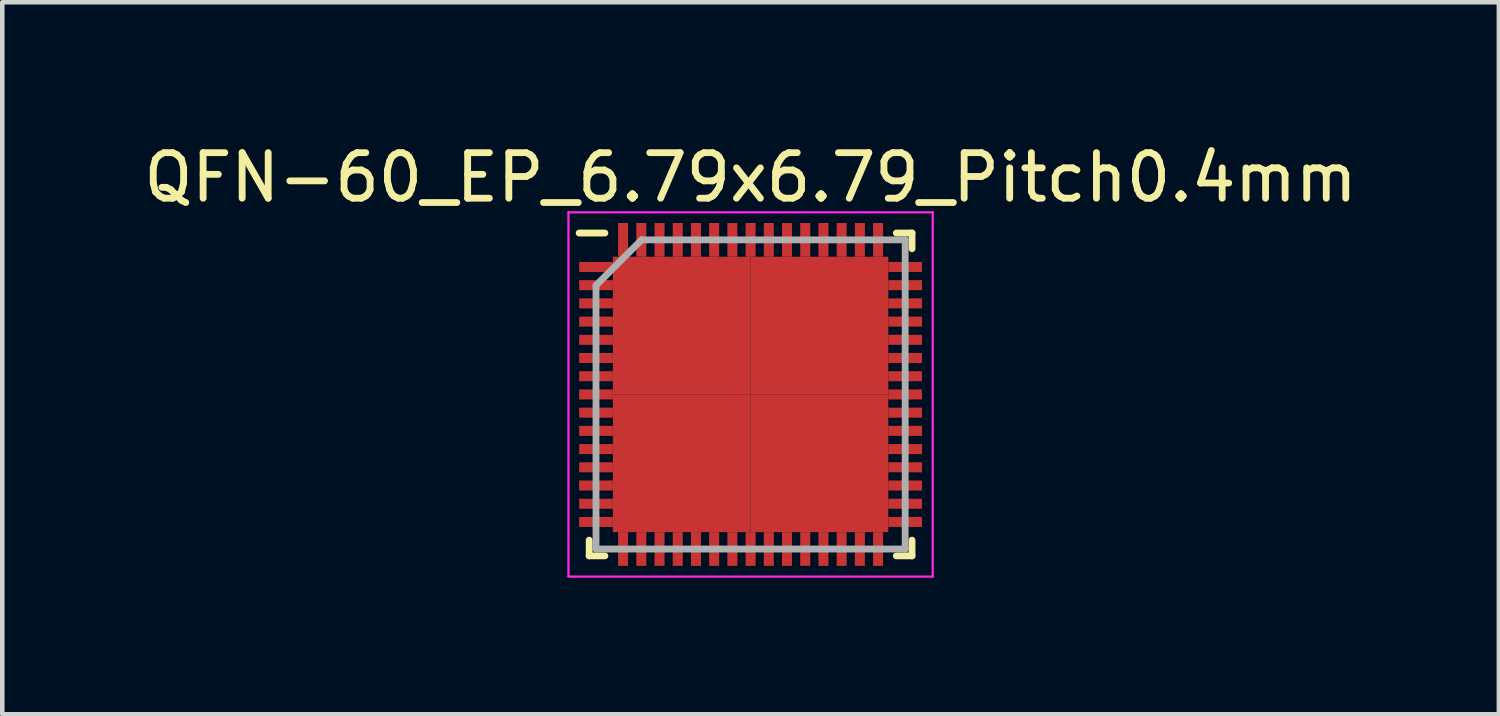
<source format=kicad_pcb>
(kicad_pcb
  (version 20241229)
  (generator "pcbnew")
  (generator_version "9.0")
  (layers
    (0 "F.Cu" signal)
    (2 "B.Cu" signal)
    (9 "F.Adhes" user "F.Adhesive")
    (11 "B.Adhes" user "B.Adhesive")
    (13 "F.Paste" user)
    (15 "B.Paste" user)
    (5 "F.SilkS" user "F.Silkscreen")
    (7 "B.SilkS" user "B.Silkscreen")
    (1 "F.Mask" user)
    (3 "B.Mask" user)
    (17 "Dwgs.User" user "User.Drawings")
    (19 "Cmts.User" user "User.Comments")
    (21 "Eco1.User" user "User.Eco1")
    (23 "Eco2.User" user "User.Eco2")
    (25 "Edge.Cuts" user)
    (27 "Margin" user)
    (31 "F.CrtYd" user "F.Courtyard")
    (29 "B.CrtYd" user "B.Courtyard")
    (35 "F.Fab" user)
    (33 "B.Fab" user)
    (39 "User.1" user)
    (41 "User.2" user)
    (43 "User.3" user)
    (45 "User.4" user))
  (footprint "QFN-60_EP_6.79x6.79_Pitch0.4mm"
    (layer "F.Cu")
    (at 13.435 5.613)
    (property "Reference" "QFN-60_EP_6.79x6.79_Pitch0.4mm" (at 0 -4.765 0) (layer "F.SilkS") (effects (font (size 1 1) (thickness 0.15))))
    (attr smd)
    (fp_line (start -3.545 3.545) (end -3.545 3.2) (stroke (width 0.15) (type solid)) (layer "F.SilkS"))
    (fp_line (start -3.2 -3.545) (end -3.765 -3.545) (stroke (width 0.15) (type solid)) (layer "F.SilkS"))
    (fp_line (start -3.2 3.545) (end -3.545 3.545) (stroke (width 0.15) (type solid)) (layer "F.SilkS"))
    (fp_line (start 3.2 -3.545) (end 3.545 -3.545) (stroke (width 0.15) (type solid)) (layer "F.SilkS"))
    (fp_line (start 3.2 3.545) (end 3.545 3.545) (stroke (width 0.15) (type solid)) (layer "F.SilkS"))
    (fp_line (start 3.545 -3.545) (end 3.545 -3.2) (stroke (width 0.15) (type solid)) (layer "F.SilkS"))
    (fp_line (start 3.545 3.545) (end 3.545 3.2) (stroke (width 0.15) (type solid)) (layer "F.SilkS"))
    (fp_line (start -4 -4) (end 4 -4) (stroke (width 0.05) (type solid)) (layer "F.CrtYd"))
    (fp_line (start -4 4) (end -4 -4) (stroke (width 0.05) (type solid)) (layer "F.CrtYd"))
    (fp_line (start 4 -4) (end 4 4) (stroke (width 0.05) (type solid)) (layer "F.CrtYd"))
    (fp_line (start 4 4) (end -4 4) (stroke (width 0.05) (type solid)) (layer "F.CrtYd"))
    (fp_line (start -3.395 -2.395) (end -3.395 3.395) (stroke (width 0.15) (type solid)) (layer "F.Fab"))
    (fp_line (start -3.395 3.395) (end 3.395 3.395) (stroke (width 0.15) (type solid)) (layer "F.Fab"))
    (fp_line (start -2.395 -3.395) (end -3.395 -2.395) (stroke (width 0.15) (type solid)) (layer "F.Fab"))
    (fp_line (start 3.395 -3.395) (end -2.395 -3.395) (stroke (width 0.15) (type solid)) (layer "F.Fab"))
    (fp_line (start 3.395 3.395) (end 3.395 -3.395) (stroke (width 0.15) (type solid)) (layer "F.Fab"))
    (pad "1" smd rect (at -3.395 -2.8 90) (size 0.22 0.74) (layers "F.Cu" "F.Mask" "F.Paste"))
    (pad "2" smd rect (at -3.395 -2.4 90) (size 0.22 0.74) (layers "F.Cu" "F.Mask" "F.Paste"))
    (pad "3" smd rect (at -3.395 -2 90) (size 0.22 0.74) (layers "F.Cu" "F.Mask" "F.Paste"))
    (pad "4" smd rect (at -3.395 -1.6 90) (size 0.22 0.74) (layers "F.Cu" "F.Mask" "F.Paste"))
    (pad "5" smd rect (at -3.395 -1.2 90) (size 0.22 0.74) (layers "F.Cu" "F.Mask" "F.Paste"))
    (pad "6" smd rect (at -3.395 -0.8 90) (size 0.22 0.74) (layers "F.Cu" "F.Mask" "F.Paste"))
    (pad "7" smd rect (at -3.395 -0.4 90) (size 0.22 0.74) (layers "F.Cu" "F.Mask" "F.Paste"))
    (pad "8" smd rect (at -3.395 0 90) (size 0.22 0.74) (layers "F.Cu" "F.Mask" "F.Paste"))
    (pad "9" smd rect (at -3.395 0.4 90) (size 0.22 0.74) (layers "F.Cu" "F.Mask" "F.Paste"))
    (pad "10" smd rect (at -3.395 0.8 90) (size 0.22 0.74) (layers "F.Cu" "F.Mask" "F.Paste"))
    (pad "11" smd rect (at -3.395 1.2 90) (size 0.22 0.74) (layers "F.Cu" "F.Mask" "F.Paste"))
    (pad "12" smd rect (at -3.395 1.6 90) (size 0.22 0.74) (layers "F.Cu" "F.Mask" "F.Paste"))
    (pad "13" smd rect (at -3.395 2 90) (size 0.22 0.74) (layers "F.Cu" "F.Mask" "F.Paste"))
    (pad "14" smd rect (at -3.395 2.4 90) (size 0.22 0.74) (layers "F.Cu" "F.Mask" "F.Paste"))
    (pad "15" smd rect (at -3.395 2.8 90) (size 0.22 0.74) (layers "F.Cu" "F.Mask" "F.Paste"))
    (pad "16" smd rect (at -2.8 3.395) (size 0.22 0.74) (layers "F.Cu" "F.Mask" "F.Paste"))
    (pad "17" smd rect (at -2.4 3.395) (size 0.22 0.74) (layers "F.Cu" "F.Mask" "F.Paste"))
    (pad "18" smd rect (at -2 3.395) (size 0.22 0.74) (layers "F.Cu" "F.Mask" "F.Paste"))
    (pad "19" smd rect (at -1.6 3.395) (size 0.22 0.74) (layers "F.Cu" "F.Mask" "F.Paste"))
    (pad "20" smd rect (at -1.2 3.395) (size 0.22 0.74) (layers "F.Cu" "F.Mask" "F.Paste"))
    (pad "21" smd rect (at -0.8 3.395) (size 0.22 0.74) (layers "F.Cu" "F.Mask" "F.Paste"))
    (pad "22" smd rect (at -0.4 3.395) (size 0.22 0.74) (layers "F.Cu" "F.Mask" "F.Paste"))
    (pad "23" smd rect (at 0 3.395) (size 0.22 0.74) (layers "F.Cu" "F.Mask" "F.Paste"))
    (pad "24" smd rect (at 0.4 3.395) (size 0.22 0.74) (layers "F.Cu" "F.Mask" "F.Paste"))
    (pad "25" smd rect (at 0.8 3.395) (size 0.22 0.74) (layers "F.Cu" "F.Mask" "F.Paste"))
    (pad "26" smd rect (at 1.2 3.395) (size 0.22 0.74) (layers "F.Cu" "F.Mask" "F.Paste"))
    (pad "27" smd rect (at 1.6 3.395) (size 0.22 0.74) (layers "F.Cu" "F.Mask" "F.Paste"))
    (pad "28" smd rect (at 2 3.395) (size 0.22 0.74) (layers "F.Cu" "F.Mask" "F.Paste"))
    (pad "29" smd rect (at 2.4 3.395) (size 0.22 0.74) (layers "F.Cu" "F.Mask" "F.Paste"))
    (pad "30" smd rect (at 2.8 3.395) (size 0.22 0.74) (layers "F.Cu" "F.Mask" "F.Paste"))
    (pad "31" smd rect (at 3.395 2.8 90) (size 0.22 0.74) (layers "F.Cu" "F.Mask" "F.Paste"))
    (pad "32" smd rect (at 3.395 2.4 90) (size 0.22 0.74) (layers "F.Cu" "F.Mask" "F.Paste"))
    (pad "33" smd rect (at 3.395 2 90) (size 0.22 0.74) (layers "F.Cu" "F.Mask" "F.Paste"))
    (pad "34" smd rect (at 3.395 1.6 90) (size 0.22 0.74) (layers "F.Cu" "F.Mask" "F.Paste"))
    (pad "35" smd rect (at 3.395 1.2 90) (size 0.22 0.74) (layers "F.Cu" "F.Mask" "F.Paste"))
    (pad "36" smd rect (at 3.395 0.8 90) (size 0.22 0.74) (layers "F.Cu" "F.Mask" "F.Paste"))
    (pad "37" smd rect (at 3.395 0.4 90) (size 0.22 0.74) (layers "F.Cu" "F.Mask" "F.Paste"))
    (pad "38" smd rect (at 3.395 0 90) (size 0.22 0.74) (layers "F.Cu" "F.Mask" "F.Paste"))
    (pad "39" smd rect (at 3.395 -0.4 90) (size 0.22 0.74) (layers "F.Cu" "F.Mask" "F.Paste"))
    (pad "40" smd rect (at 3.395 -0.8 90) (size 0.22 0.74) (layers "F.Cu" "F.Mask" "F.Paste"))
    (pad "41" smd rect (at 3.395 -1.2 90) (size 0.22 0.74) (layers "F.Cu" "F.Mask" "F.Paste"))
    (pad "42" smd rect (at 3.395 -1.6 90) (size 0.22 0.74) (layers "F.Cu" "F.Mask" "F.Paste"))
    (pad "43" smd rect (at 3.395 -2 90) (size 0.22 0.74) (layers "F.Cu" "F.Mask" "F.Paste"))
    (pad "44" smd rect (at 3.395 -2.4 90) (size 0.22 0.74) (layers "F.Cu" "F.Mask" "F.Paste"))
    (pad "45" smd rect (at 3.395 -2.8 90) (size 0.22 0.74) (layers "F.Cu" "F.Mask" "F.Paste"))
    (pad "46" smd rect (at 2.8 -3.395) (size 0.22 0.74) (layers "F.Cu" "F.Mask" "F.Paste"))
    (pad "47" smd rect (at 2.4 -3.395) (size 0.22 0.74) (layers "F.Cu" "F.Mask" "F.Paste"))
    (pad "48" smd rect (at 2 -3.395) (size 0.22 0.74) (layers "F.Cu" "F.Mask" "F.Paste"))
    (pad "49" smd rect (at 1.6 -3.395) (size 0.22 0.74) (layers "F.Cu" "F.Mask" "F.Paste"))
    (pad "50" smd rect (at 1.2 -3.395) (size 0.22 0.74) (layers "F.Cu" "F.Mask" "F.Paste"))
    (pad "51" smd rect (at 0.8 -3.395) (size 0.22 0.74) (layers "F.Cu" "F.Mask" "F.Paste"))
    (pad "52" smd rect (at 0.4 -3.395) (size 0.22 0.74) (layers "F.Cu" "F.Mask" "F.Paste"))
    (pad "53" smd rect (at 0 -3.395) (size 0.22 0.74) (layers "F.Cu" "F.Mask" "F.Paste"))
    (pad "54" smd rect (at -0.4 -3.395) (size 0.22 0.74) (layers "F.Cu" "F.Mask" "F.Paste"))
    (pad "55" smd rect (at -0.8 -3.395) (size 0.22 0.74) (layers "F.Cu" "F.Mask" "F.Paste"))
    (pad "56" smd rect (at -1.2 -3.395) (size 0.22 0.74) (layers "F.Cu" "F.Mask" "F.Paste"))
    (pad "57" smd rect (at -1.6 -3.395) (size 0.22 0.74) (layers "F.Cu" "F.Mask" "F.Paste"))
    (pad "58" smd rect (at -2 -3.395) (size 0.22 0.74) (layers "F.Cu" "F.Mask" "F.Paste"))
    (pad "59" smd rect (at -2.4 -3.395) (size 0.22 0.74) (layers "F.Cu" "F.Mask" "F.Paste"))
    (pad "60" smd rect (at -2.8 -3.395) (size 0.22 0.74) (layers "F.Cu" "F.Mask" "F.Paste"))
    (pad "61" smd rect (at -1.512 -1.512) (size 3.025 3.025) (layers "F.Cu" "F.Mask" "F.Paste"))
    (pad "61" smd rect (at -1.512 1.512) (size 3.025 3.025) (layers "F.Cu" "F.Mask" "F.Paste"))
    (pad "61" smd rect (at 1.512 -1.512) (size 3.025 3.025) (layers "F.Cu" "F.Mask" "F.Paste"))
    (pad "61" smd rect (at 1.512 1.512) (size 3.025 3.025) (layers "F.Cu" "F.Mask" "F.Paste")))
  (gr_rect
    (start -3 -3)
    (end 29.869 12.638)
    (stroke (width 0.1) (type default))
    (fill no)
    (layer "Edge.Cuts")))
</source>
